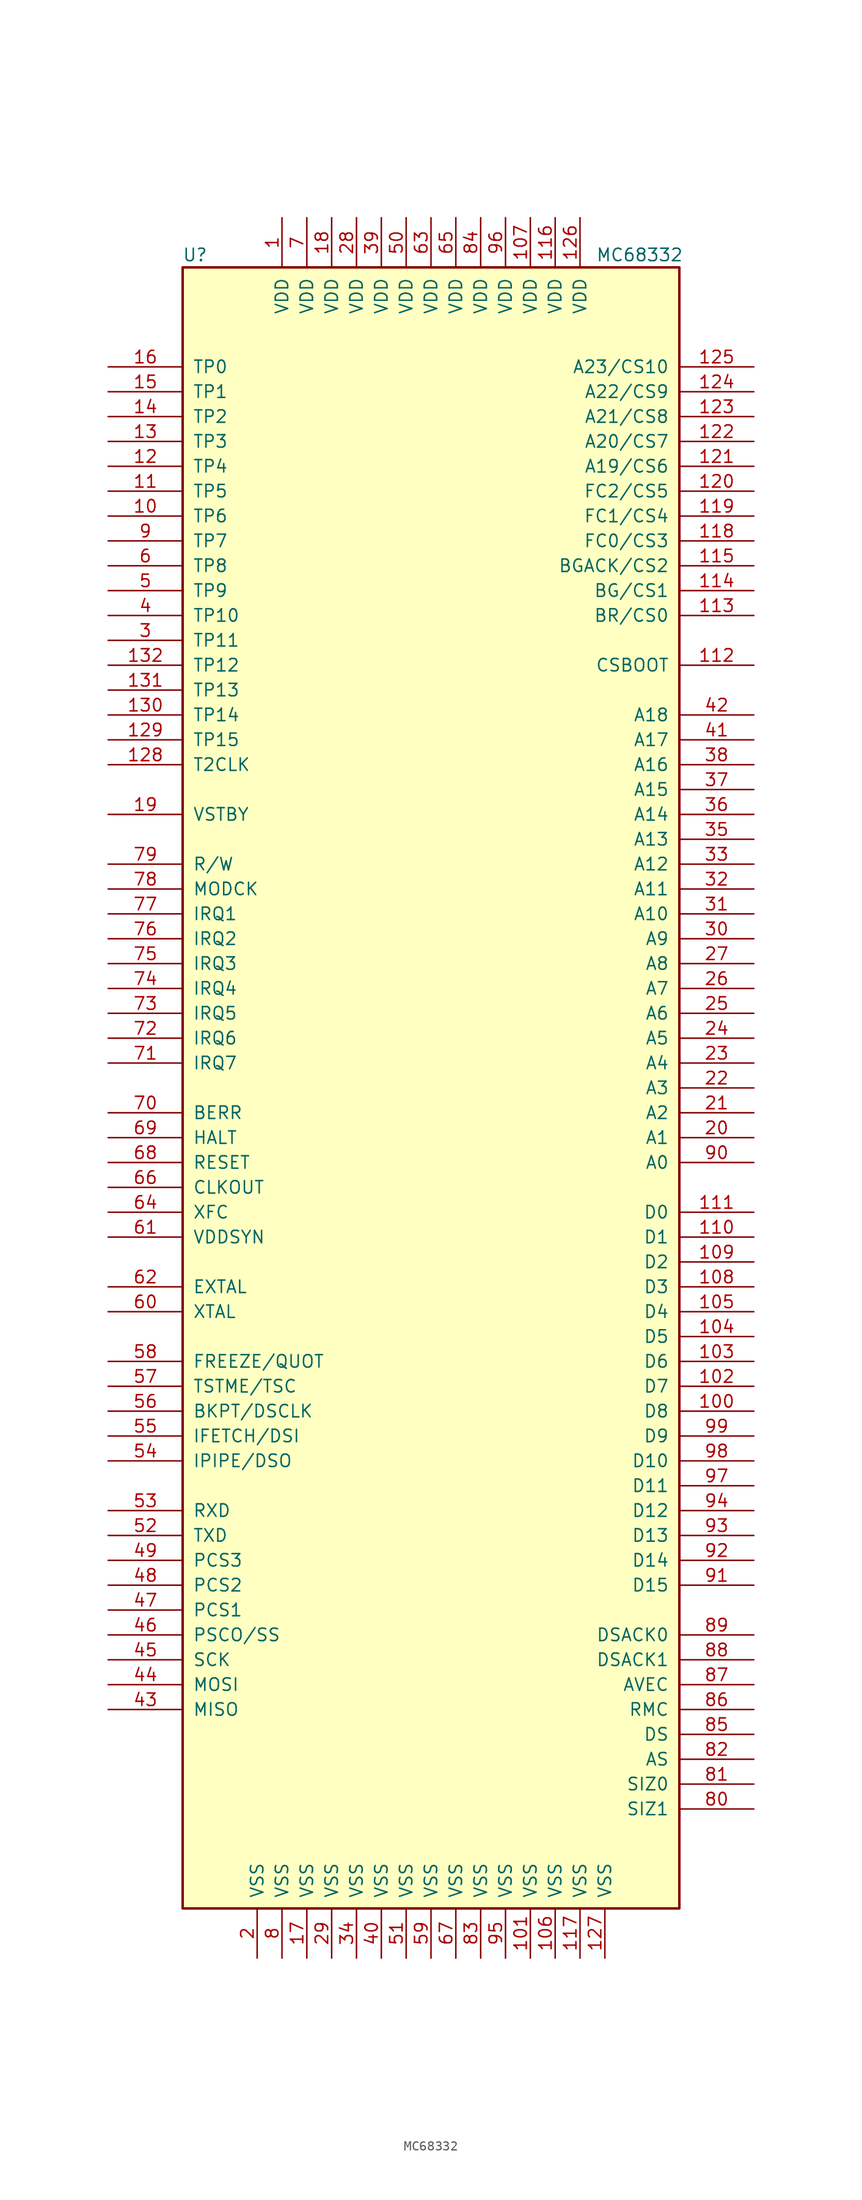
<source format=kicad_sym>
(kicad_symbol_lib
  (version 20241209)
  (generator "kicad_symbol_editor")
  (generator_version "9.0")
  (symbol "MC68332"
    (pin_names
      (offset 1.016))
    (property "Reference" "U"
      (at -24.13 85.09 0)
      (effects (font (size 1.27 1.27))))
    (property "Value" "MC68332"
      (at 21.336 85.09 0)
      (effects (font (size 1.27 1.27))))
    (symbol "MC68332_0_1"
      (rectangle (start -25.4 -83.82) (end 25.4 83.82) (stroke (width 0.254) (type default)) (fill (type background))))
    (symbol "MC68332_1_0"
      (pin power_in line (at -17.78 -88.9 90) (length 5.08) (name "VSS" (effects (font (size 1.27 1.27)))) (number "2" (effects (font (size 1.27 1.27))))))
    (symbol "MC68332_1_1"
      (pin input line (at -33.02 73.66 0) (length 7.62) (name "TP0" (effects (font (size 1.27 1.27)))) (number "16" (effects (font (size 1.27 1.27)))))
      (pin input line (at -33.02 71.12 0) (length 7.62) (name "TP1" (effects (font (size 1.27 1.27)))) (number "15" (effects (font (size 1.27 1.27)))))
      (pin input line (at -33.02 68.58 0) (length 7.62) (name "TP2" (effects (font (size 1.27 1.27)))) (number "14" (effects (font (size 1.27 1.27)))))
      (pin input line (at -33.02 66.04 0) (length 7.62) (name "TP3" (effects (font (size 1.27 1.27)))) (number "13" (effects (font (size 1.27 1.27)))))
      (pin input line (at -33.02 63.5 0) (length 7.62) (name "TP4" (effects (font (size 1.27 1.27)))) (number "12" (effects (font (size 1.27 1.27)))))
      (pin input line (at -33.02 60.96 0) (length 7.62) (name "TP5" (effects (font (size 1.27 1.27)))) (number "11" (effects (font (size 1.27 1.27)))))
      (pin input line (at -33.02 58.42 0) (length 7.62) (name "TP6" (effects (font (size 1.27 1.27)))) (number "10" (effects (font (size 1.27 1.27)))))
      (pin input line (at -33.02 55.88 0) (length 7.62) (name "TP7" (effects (font (size 1.27 1.27)))) (number "9" (effects (font (size 1.27 1.27)))))
      (pin input line (at -33.02 53.34 0) (length 7.62) (name "TP8" (effects (font (size 1.27 1.27)))) (number "6" (effects (font (size 1.27 1.27)))))
      (pin input line (at -33.02 50.8 0) (length 7.62) (name "TP9" (effects (font (size 1.27 1.27)))) (number "5" (effects (font (size 1.27 1.27)))))
      (pin input line (at -33.02 48.26 0) (length 7.62) (name "TP10" (effects (font (size 1.27 1.27)))) (number "4" (effects (font (size 1.27 1.27)))))
      (pin input line (at -33.02 45.72 0) (length 7.62) (name "TP11" (effects (font (size 1.27 1.27)))) (number "3" (effects (font (size 1.27 1.27)))))
      (pin input line (at -33.02 43.18 0) (length 7.62) (name "TP12" (effects (font (size 1.27 1.27)))) (number "132" (effects (font (size 1.27 1.27)))))
      (pin input line (at -33.02 40.64 0) (length 7.62) (name "TP13" (effects (font (size 1.27 1.27)))) (number "131" (effects (font (size 1.27 1.27)))))
      (pin input line (at -33.02 38.1 0) (length 7.62) (name "TP14" (effects (font (size 1.27 1.27)))) (number "130" (effects (font (size 1.27 1.27)))))
      (pin input line (at -33.02 35.56 0) (length 7.62) (name "TP15" (effects (font (size 1.27 1.27)))) (number "129" (effects (font (size 1.27 1.27)))))
      (pin input line (at -33.02 33.02 0) (length 7.62) (name "T2CLK" (effects (font (size 1.27 1.27)))) (number "128" (effects (font (size 1.27 1.27)))))
      (pin input line (at -33.02 27.94 0) (length 7.62) (name "VSTBY" (effects (font (size 1.27 1.27)))) (number "19" (effects (font (size 1.27 1.27)))))
      (pin input line (at -33.02 22.86 0) (length 7.62) (name "R/W" (effects (font (size 1.27 1.27)))) (number "79" (effects (font (size 1.27 1.27)))))
      (pin input line (at -33.02 20.32 0) (length 7.62) (name "MODCK" (effects (font (size 1.27 1.27)))) (number "78" (effects (font (size 1.27 1.27)))))
      (pin input line (at -33.02 17.78 0) (length 7.62) (name "IRQ1" (effects (font (size 1.27 1.27)))) (number "77" (effects (font (size 1.27 1.27)))))
      (pin input line (at -33.02 15.24 0) (length 7.62) (name "IRQ2" (effects (font (size 1.27 1.27)))) (number "76" (effects (font (size 1.27 1.27)))))
      (pin input line (at -33.02 12.7 0) (length 7.62) (name "IRQ3" (effects (font (size 1.27 1.27)))) (number "75" (effects (font (size 1.27 1.27)))))
      (pin input line (at -33.02 10.16 0) (length 7.62) (name "IRQ4" (effects (font (size 1.27 1.27)))) (number "74" (effects (font (size 1.27 1.27)))))
      (pin input line (at -33.02 7.62 0) (length 7.62) (name "IRQ5" (effects (font (size 1.27 1.27)))) (number "73" (effects (font (size 1.27 1.27)))))
      (pin input line (at -33.02 5.08 0) (length 7.62) (name "IRQ6" (effects (font (size 1.27 1.27)))) (number "72" (effects (font (size 1.27 1.27)))))
      (pin input line (at -33.02 2.54 0) (length 7.62) (name "IRQ7" (effects (font (size 1.27 1.27)))) (number "71" (effects (font (size 1.27 1.27)))))
      (pin input line (at -33.02 -2.54 0) (length 7.62) (name "BERR" (effects (font (size 1.27 1.27)))) (number "70" (effects (font (size 1.27 1.27)))))
      (pin input line (at -33.02 -5.08 0) (length 7.62) (name "HALT" (effects (font (size 1.27 1.27)))) (number "69" (effects (font (size 1.27 1.27)))))
      (pin input line (at -33.02 -7.62 0) (length 7.62) (name "RESET" (effects (font (size 1.27 1.27)))) (number "68" (effects (font (size 1.27 1.27)))))
      (pin output line (at -33.02 -10.16 0) (length 7.62) (name "CLKOUT" (effects (font (size 1.27 1.27)))) (number "66" (effects (font (size 1.27 1.27)))))
      (pin input line (at -33.02 -12.7 0) (length 7.62) (name "XFC" (effects (font (size 1.27 1.27)))) (number "64" (effects (font (size 1.27 1.27)))))
      (pin input line (at -33.02 -15.24 0) (length 7.62) (name "VDDSYN" (effects (font (size 1.27 1.27)))) (number "61" (effects (font (size 1.27 1.27)))))
      (pin input line (at -33.02 -20.32 0) (length 7.62) (name "EXTAL" (effects (font (size 1.27 1.27)))) (number "62" (effects (font (size 1.27 1.27)))))
      (pin output line (at -33.02 -22.86 0) (length 7.62) (name "XTAL" (effects (font (size 1.27 1.27)))) (number "60" (effects (font (size 1.27 1.27)))))
      (pin output line (at -33.02 -27.94 0) (length 7.62) (name "FREEZE/QUOT" (effects (font (size 1.27 1.27)))) (number "58" (effects (font (size 1.27 1.27)))))
      (pin input line (at -33.02 -30.48 0) (length 7.62) (name "TSTME/TSC" (effects (font (size 1.27 1.27)))) (number "57" (effects (font (size 1.27 1.27)))))
      (pin input line (at -33.02 -33.02 0) (length 7.62) (name "BKPT/DSCLK" (effects (font (size 1.27 1.27)))) (number "56" (effects (font (size 1.27 1.27)))))
      (pin input line (at -33.02 -35.56 0) (length 7.62) (name "IFETCH/DSI" (effects (font (size 1.27 1.27)))) (number "55" (effects (font (size 1.27 1.27)))))
      (pin output line (at -33.02 -38.1 0) (length 7.62) (name "IPIPE/DSO" (effects (font (size 1.27 1.27)))) (number "54" (effects (font (size 1.27 1.27)))))
      (pin input line (at -33.02 -43.18 0) (length 7.62) (name "RXD" (effects (font (size 1.27 1.27)))) (number "53" (effects (font (size 1.27 1.27)))))
      (pin input line (at -33.02 -45.72 0) (length 7.62) (name "TXD" (effects (font (size 1.27 1.27)))) (number "52" (effects (font (size 1.27 1.27)))))
      (pin input line (at -33.02 -48.26 0) (length 7.62) (name "PCS3" (effects (font (size 1.27 1.27)))) (number "49" (effects (font (size 1.27 1.27)))))
      (pin input line (at -33.02 -50.8 0) (length 7.62) (name "PCS2" (effects (font (size 1.27 1.27)))) (number "48" (effects (font (size 1.27 1.27)))))
      (pin input line (at -33.02 -53.34 0) (length 7.62) (name "PCS1" (effects (font (size 1.27 1.27)))) (number "47" (effects (font (size 1.27 1.27)))))
      (pin input line (at -33.02 -55.88 0) (length 7.62) (name "PSCO/SS" (effects (font (size 1.27 1.27)))) (number "46" (effects (font (size 1.27 1.27)))))
      (pin input line (at -33.02 -58.42 0) (length 7.62) (name "SCK" (effects (font (size 1.27 1.27)))) (number "45" (effects (font (size 1.27 1.27)))))
      (pin input line (at -33.02 -60.96 0) (length 7.62) (name "MOSI" (effects (font (size 1.27 1.27)))) (number "44" (effects (font (size 1.27 1.27)))))
      (pin input line (at -33.02 -63.5 0) (length 7.62) (name "MISO" (effects (font (size 1.27 1.27)))) (number "43" (effects (font (size 1.27 1.27)))))
      (pin power_in line (at -15.24 88.9 270) (length 5.08) (name "VDD" (effects (font (size 1.27 1.27)))) (number "1" (effects (font (size 1.27 1.27)))))
      (pin power_in line (at -15.24 -88.9 90) (length 5.08) (name "VSS" (effects (font (size 1.27 1.27)))) (number "8" (effects (font (size 1.27 1.27)))))
      (pin power_in line (at -12.7 88.9 270) (length 5.08) (name "VDD" (effects (font (size 1.27 1.27)))) (number "7" (effects (font (size 1.27 1.27)))))
      (pin power_in line (at -12.7 -88.9 90) (length 5.08) (name "VSS" (effects (font (size 1.27 1.27)))) (number "17" (effects (font (size 1.27 1.27)))))
      (pin power_in line (at -10.16 88.9 270) (length 5.08) (name "VDD" (effects (font (size 1.27 1.27)))) (number "18" (effects (font (size 1.27 1.27)))))
      (pin power_in line (at -10.16 -88.9 90) (length 5.08) (name "VSS" (effects (font (size 1.27 1.27)))) (number "29" (effects (font (size 1.27 1.27)))))
      (pin power_in line (at -7.62 88.9 270) (length 5.08) (name "VDD" (effects (font (size 1.27 1.27)))) (number "28" (effects (font (size 1.27 1.27)))))
      (pin power_in line (at -7.62 -88.9 90) (length 5.08) (name "VSS" (effects (font (size 1.27 1.27)))) (number "34" (effects (font (size 1.27 1.27)))))
      (pin power_in line (at -5.08 88.9 270) (length 5.08) (name "VDD" (effects (font (size 1.27 1.27)))) (number "39" (effects (font (size 1.27 1.27)))))
      (pin power_in line (at -5.08 -88.9 90) (length 5.08) (name "VSS" (effects (font (size 1.27 1.27)))) (number "40" (effects (font (size 1.27 1.27)))))
      (pin power_in line (at -2.54 88.9 270) (length 5.08) (name "VDD" (effects (font (size 1.27 1.27)))) (number "50" (effects (font (size 1.27 1.27)))))
      (pin power_in line (at -2.54 -88.9 90) (length 5.08) (name "VSS" (effects (font (size 1.27 1.27)))) (number "51" (effects (font (size 1.27 1.27)))))
      (pin power_in line (at 0 88.9 270) (length 5.08) (name "VDD" (effects (font (size 1.27 1.27)))) (number "63" (effects (font (size 1.27 1.27)))))
      (pin power_in line (at 0 -88.9 90) (length 5.08) (name "VSS" (effects (font (size 1.27 1.27)))) (number "59" (effects (font (size 1.27 1.27)))))
      (pin power_in line (at 2.54 88.9 270) (length 5.08) (name "VDD" (effects (font (size 1.27 1.27)))) (number "65" (effects (font (size 1.27 1.27)))))
      (pin power_in line (at 2.54 -88.9 90) (length 5.08) (name "VSS" (effects (font (size 1.27 1.27)))) (number "67" (effects (font (size 1.27 1.27)))))
      (pin power_in line (at 5.08 88.9 270) (length 5.08) (name "VDD" (effects (font (size 1.27 1.27)))) (number "84" (effects (font (size 1.27 1.27)))))
      (pin power_in line (at 5.08 -88.9 90) (length 5.08) (name "VSS" (effects (font (size 1.27 1.27)))) (number "83" (effects (font (size 1.27 1.27)))))
      (pin power_in line (at 7.62 88.9 270) (length 5.08) (name "VDD" (effects (font (size 1.27 1.27)))) (number "96" (effects (font (size 1.27 1.27)))))
      (pin power_in line (at 7.62 -88.9 90) (length 5.08) (name "VSS" (effects (font (size 1.27 1.27)))) (number "95" (effects (font (size 1.27 1.27)))))
      (pin power_in line (at 10.16 88.9 270) (length 5.08) (name "VDD" (effects (font (size 1.27 1.27)))) (number "107" (effects (font (size 1.27 1.27)))))
      (pin power_in line (at 10.16 -88.9 90) (length 5.08) (name "VSS" (effects (font (size 1.27 1.27)))) (number "101" (effects (font (size 1.27 1.27)))))
      (pin power_in line (at 12.7 88.9 270) (length 5.08) (name "VDD" (effects (font (size 1.27 1.27)))) (number "116" (effects (font (size 1.27 1.27)))))
      (pin power_in line (at 12.7 -88.9 90) (length 5.08) (name "VSS" (effects (font (size 1.27 1.27)))) (number "106" (effects (font (size 1.27 1.27)))))
      (pin power_in line (at 15.24 88.9 270) (length 5.08) (name "VDD" (effects (font (size 1.27 1.27)))) (number "126" (effects (font (size 1.27 1.27)))))
      (pin power_in line (at 15.24 -88.9 90) (length 5.08) (name "VSS" (effects (font (size 1.27 1.27)))) (number "117" (effects (font (size 1.27 1.27)))))
      (pin power_in line (at 17.78 -88.9 90) (length 5.08) (name "VSS" (effects (font (size 1.27 1.27)))) (number "127" (effects (font (size 1.27 1.27)))))
      (pin output line (at 33.02 73.66 180) (length 7.62) (name "A23/CS10" (effects (font (size 1.27 1.27)))) (number "125" (effects (font (size 1.27 1.27)))))
      (pin output line (at 33.02 71.12 180) (length 7.62) (name "A22/CS9" (effects (font (size 1.27 1.27)))) (number "124" (effects (font (size 1.27 1.27)))))
      (pin output line (at 33.02 68.58 180) (length 7.62) (name "A21/CS8" (effects (font (size 1.27 1.27)))) (number "123" (effects (font (size 1.27 1.27)))))
      (pin output line (at 33.02 66.04 180) (length 7.62) (name "A20/CS7" (effects (font (size 1.27 1.27)))) (number "122" (effects (font (size 1.27 1.27)))))
      (pin output line (at 33.02 63.5 180) (length 7.62) (name "A19/CS6" (effects (font (size 1.27 1.27)))) (number "121" (effects (font (size 1.27 1.27)))))
      (pin output line (at 33.02 60.96 180) (length 7.62) (name "FC2/CS5" (effects (font (size 1.27 1.27)))) (number "120" (effects (font (size 1.27 1.27)))))
      (pin output line (at 33.02 58.42 180) (length 7.62) (name "FC1/CS4" (effects (font (size 1.27 1.27)))) (number "119" (effects (font (size 1.27 1.27)))))
      (pin output line (at 33.02 55.88 180) (length 7.62) (name "FC0/CS3" (effects (font (size 1.27 1.27)))) (number "118" (effects (font (size 1.27 1.27)))))
      (pin input line (at 33.02 53.34 180) (length 7.62) (name "BGACK/CS2" (effects (font (size 1.27 1.27)))) (number "115" (effects (font (size 1.27 1.27)))))
      (pin output line (at 33.02 50.8 180) (length 7.62) (name "BG/CS1" (effects (font (size 1.27 1.27)))) (number "114" (effects (font (size 1.27 1.27)))))
      (pin input line (at 33.02 48.26 180) (length 7.62) (name "BR/CS0" (effects (font (size 1.27 1.27)))) (number "113" (effects (font (size 1.27 1.27)))))
      (pin output line (at 33.02 43.18 180) (length 7.62) (name "CSBOOT" (effects (font (size 1.27 1.27)))) (number "112" (effects (font (size 1.27 1.27)))))
      (pin output line (at 33.02 38.1 180) (length 7.62) (name "A18" (effects (font (size 1.27 1.27)))) (number "42" (effects (font (size 1.27 1.27)))))
      (pin output line (at 33.02 35.56 180) (length 7.62) (name "A17" (effects (font (size 1.27 1.27)))) (number "41" (effects (font (size 1.27 1.27)))))
      (pin output line (at 33.02 33.02 180) (length 7.62) (name "A16" (effects (font (size 1.27 1.27)))) (number "38" (effects (font (size 1.27 1.27)))))
      (pin output line (at 33.02 30.48 180) (length 7.62) (name "A15" (effects (font (size 1.27 1.27)))) (number "37" (effects (font (size 1.27 1.27)))))
      (pin output line (at 33.02 27.94 180) (length 7.62) (name "A14" (effects (font (size 1.27 1.27)))) (number "36" (effects (font (size 1.27 1.27)))))
      (pin output line (at 33.02 25.4 180) (length 7.62) (name "A13" (effects (font (size 1.27 1.27)))) (number "35" (effects (font (size 1.27 1.27)))))
      (pin output line (at 33.02 22.86 180) (length 7.62) (name "A12" (effects (font (size 1.27 1.27)))) (number "33" (effects (font (size 1.27 1.27)))))
      (pin output line (at 33.02 20.32 180) (length 7.62) (name "A11" (effects (font (size 1.27 1.27)))) (number "32" (effects (font (size 1.27 1.27)))))
      (pin output line (at 33.02 17.78 180) (length 7.62) (name "A10" (effects (font (size 1.27 1.27)))) (number "31" (effects (font (size 1.27 1.27)))))
      (pin output line (at 33.02 15.24 180) (length 7.62) (name "A9" (effects (font (size 1.27 1.27)))) (number "30" (effects (font (size 1.27 1.27)))))
      (pin output line (at 33.02 12.7 180) (length 7.62) (name "A8" (effects (font (size 1.27 1.27)))) (number "27" (effects (font (size 1.27 1.27)))))
      (pin output line (at 33.02 10.16 180) (length 7.62) (name "A7" (effects (font (size 1.27 1.27)))) (number "26" (effects (font (size 1.27 1.27)))))
      (pin output line (at 33.02 7.62 180) (length 7.62) (name "A6" (effects (font (size 1.27 1.27)))) (number "25" (effects (font (size 1.27 1.27)))))
      (pin output line (at 33.02 5.08 180) (length 7.62) (name "A5" (effects (font (size 1.27 1.27)))) (number "24" (effects (font (size 1.27 1.27)))))
      (pin output line (at 33.02 2.54 180) (length 7.62) (name "A4" (effects (font (size 1.27 1.27)))) (number "23" (effects (font (size 1.27 1.27)))))
      (pin output line (at 33.02 0 180) (length 7.62) (name "A3" (effects (font (size 1.27 1.27)))) (number "22" (effects (font (size 1.27 1.27)))))
      (pin output line (at 33.02 -2.54 180) (length 7.62) (name "A2" (effects (font (size 1.27 1.27)))) (number "21" (effects (font (size 1.27 1.27)))))
      (pin output line (at 33.02 -5.08 180) (length 7.62) (name "A1" (effects (font (size 1.27 1.27)))) (number "20" (effects (font (size 1.27 1.27)))))
      (pin output line (at 33.02 -7.62 180) (length 7.62) (name "A0" (effects (font (size 1.27 1.27)))) (number "90" (effects (font (size 1.27 1.27)))))
      (pin input line (at 33.02 -12.7 180) (length 7.62) (name "D0" (effects (font (size 1.27 1.27)))) (number "111" (effects (font (size 1.27 1.27)))))
      (pin input line (at 33.02 -15.24 180) (length 7.62) (name "D1" (effects (font (size 1.27 1.27)))) (number "110" (effects (font (size 1.27 1.27)))))
      (pin input line (at 33.02 -17.78 180) (length 7.62) (name "D2" (effects (font (size 1.27 1.27)))) (number "109" (effects (font (size 1.27 1.27)))))
      (pin input line (at 33.02 -20.32 180) (length 7.62) (name "D3" (effects (font (size 1.27 1.27)))) (number "108" (effects (font (size 1.27 1.27)))))
      (pin input line (at 33.02 -22.86 180) (length 7.62) (name "D4" (effects (font (size 1.27 1.27)))) (number "105" (effects (font (size 1.27 1.27)))))
      (pin input line (at 33.02 -25.4 180) (length 7.62) (name "D5" (effects (font (size 1.27 1.27)))) (number "104" (effects (font (size 1.27 1.27)))))
      (pin input line (at 33.02 -27.94 180) (length 7.62) (name "D6" (effects (font (size 1.27 1.27)))) (number "103" (effects (font (size 1.27 1.27)))))
      (pin input line (at 33.02 -30.48 180) (length 7.62) (name "D7" (effects (font (size 1.27 1.27)))) (number "102" (effects (font (size 1.27 1.27)))))
      (pin input line (at 33.02 -33.02 180) (length 7.62) (name "D8" (effects (font (size 1.27 1.27)))) (number "100" (effects (font (size 1.27 1.27)))))
      (pin input line (at 33.02 -35.56 180) (length 7.62) (name "D9" (effects (font (size 1.27 1.27)))) (number "99" (effects (font (size 1.27 1.27)))))
      (pin input line (at 33.02 -38.1 180) (length 7.62) (name "D10" (effects (font (size 1.27 1.27)))) (number "98" (effects (font (size 1.27 1.27)))))
      (pin input line (at 33.02 -40.64 180) (length 7.62) (name "D11" (effects (font (size 1.27 1.27)))) (number "97" (effects (font (size 1.27 1.27)))))
      (pin input line (at 33.02 -43.18 180) (length 7.62) (name "D12" (effects (font (size 1.27 1.27)))) (number "94" (effects (font (size 1.27 1.27)))))
      (pin input line (at 33.02 -45.72 180) (length 7.62) (name "D13" (effects (font (size 1.27 1.27)))) (number "93" (effects (font (size 1.27 1.27)))))
      (pin input line (at 33.02 -48.26 180) (length 7.62) (name "D14" (effects (font (size 1.27 1.27)))) (number "92" (effects (font (size 1.27 1.27)))))
      (pin input line (at 33.02 -50.8 180) (length 7.62) (name "D15" (effects (font (size 1.27 1.27)))) (number "91" (effects (font (size 1.27 1.27)))))
      (pin input line (at 33.02 -55.88 180) (length 7.62) (name "DSACK0" (effects (font (size 1.27 1.27)))) (number "89" (effects (font (size 1.27 1.27)))))
      (pin input line (at 33.02 -58.42 180) (length 7.62) (name "DSACK1" (effects (font (size 1.27 1.27)))) (number "88" (effects (font (size 1.27 1.27)))))
      (pin input line (at 33.02 -60.96 180) (length 7.62) (name "AVEC" (effects (font (size 1.27 1.27)))) (number "87" (effects (font (size 1.27 1.27)))))
      (pin input line (at 33.02 -63.5 180) (length 7.62) (name "RMC" (effects (font (size 1.27 1.27)))) (number "86" (effects (font (size 1.27 1.27)))))
      (pin input line (at 33.02 -66.04 180) (length 7.62) (name "DS" (effects (font (size 1.27 1.27)))) (number "85" (effects (font (size 1.27 1.27)))))
      (pin input line (at 33.02 -68.58 180) (length 7.62) (name "AS" (effects (font (size 1.27 1.27)))) (number "82" (effects (font (size 1.27 1.27)))))
      (pin input line (at 33.02 -71.12 180) (length 7.62) (name "SIZ0" (effects (font (size 1.27 1.27)))) (number "81" (effects (font (size 1.27 1.27)))))
      (pin input line (at 33.02 -73.66 180) (length 7.62) (name "SIZ1" (effects (font (size 1.27 1.27)))) (number "80" (effects (font (size 1.27 1.27))))))))
</source>
